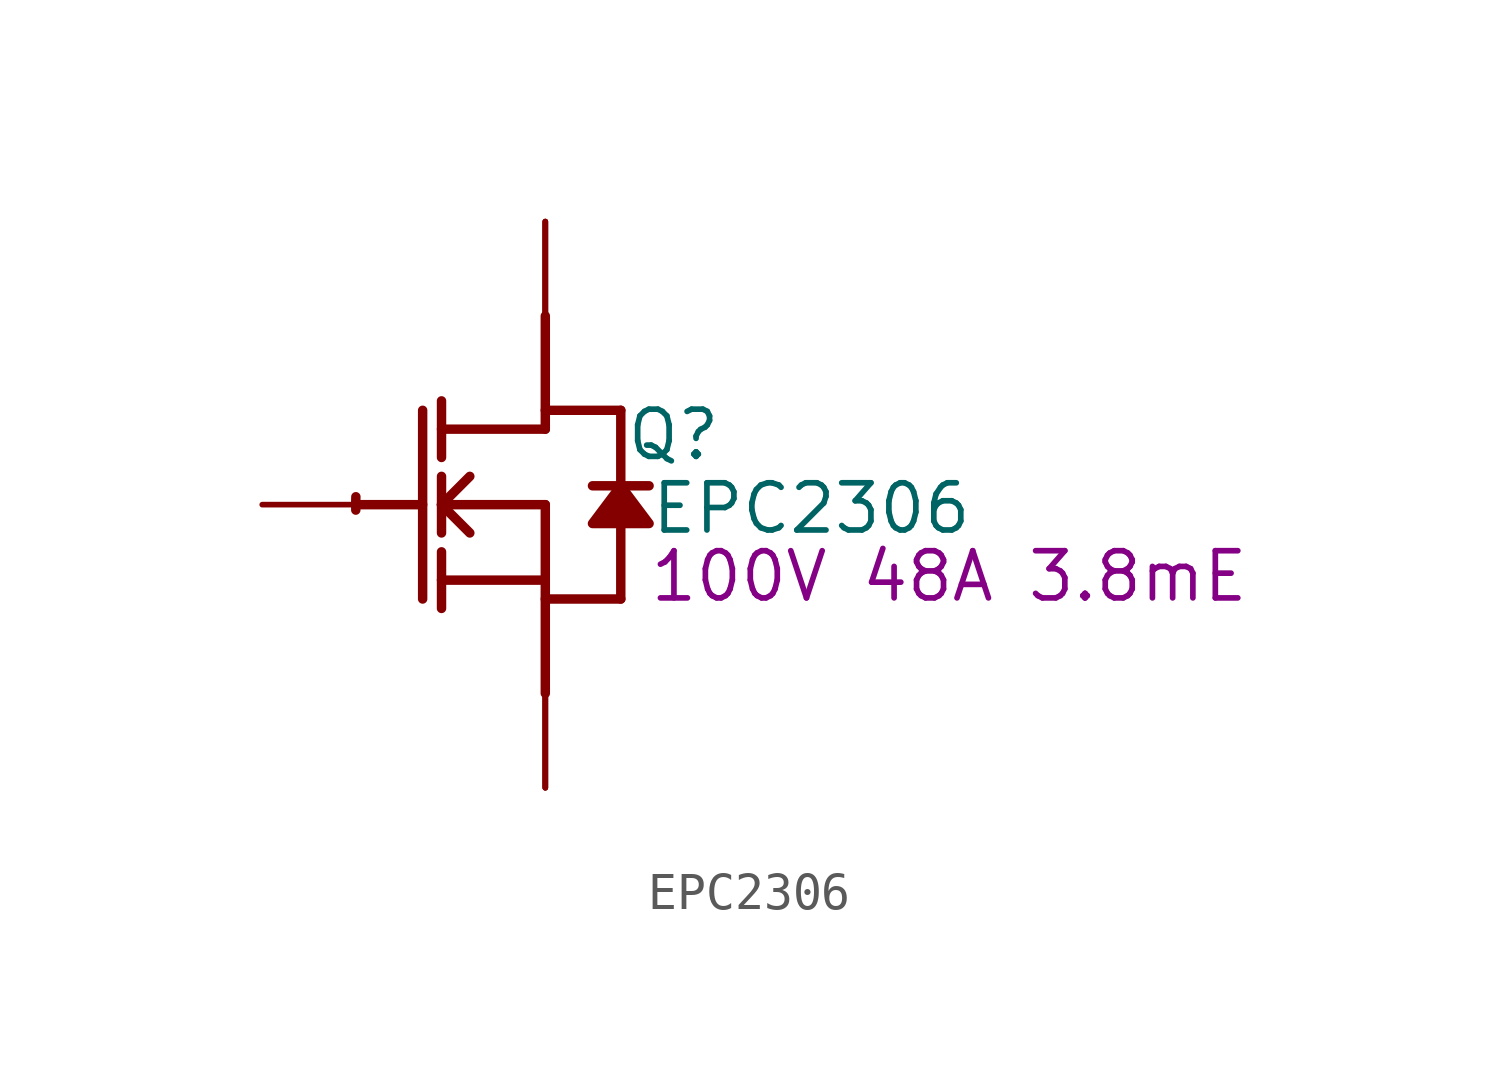
<source format=kicad_sym>
(kicad_symbol_lib
  (version 20241209)
  (generator "kicad_symbol_editor")
  (generator_version "9.0")
  (symbol "EPC2306"
    (property "Reference" "Q"
      (at 3.454 1.88 0)
      (effects (font (size 1.27 1.27))))
    (property "Value" "EPC2306"
      (at 7.163 -0.102 0)
      (effects (font (size 1.27 1.27))))
    (property "Description" "100V 48A 3.8mE"
      (at 10.871 -1.93 0)
      (effects (font (size 1.27 1.27))))
    (symbol "EPC2306_1_0"
      (polyline (pts (xy -5.08 0) (xy -3.302 0)) (stroke (width 0.254) (type solid)) (fill (type none)))
      (polyline (pts (xy -3.302 2.54) (xy -3.302 -2.54)) (stroke (width 0.254) (type solid)) (fill (type none)))
      (polyline (pts (xy -2.794 1.27) (xy -2.794 2.794)) (stroke (width 0.254) (type solid)) (fill (type none)))
      (polyline (pts (xy -2.794 0) (xy -2.032 0.762)) (stroke (width 0.254) (type solid)) (fill (type none)))
      (polyline (pts (xy -2.794 0) (xy 0 0)) (stroke (width 0.254) (type solid)) (fill (type none)))
      (polyline (pts (xy -2.794 -0.762) (xy -2.794 0.762)) (stroke (width 0.254) (type solid)) (fill (type none)))
      (polyline (pts (xy -2.794 -2.032) (xy 0 -2.032)) (stroke (width 0.254) (type solid)) (fill (type none)))
      (polyline (pts (xy -2.794 -2.794) (xy -2.794 -1.27)) (stroke (width 0.254) (type solid)) (fill (type none)))
      (polyline (pts (xy -2.032 -0.762) (xy -2.794 0)) (stroke (width 0.254) (type solid)) (fill (type none)))
      (polyline (pts (xy 0 2.54) (xy 2.032 2.54)) (stroke (width 0.254) (type solid)) (fill (type none)))
      (polyline (pts (xy 0 2.032) (xy -2.794 2.032)) (stroke (width 0.254) (type solid)) (fill (type none)))
      (polyline (pts (xy 0 2.032) (xy 0 5.08)) (stroke (width 0.254) (type solid)) (fill (type none)))
      (polyline (pts (xy 0 0) (xy 0 -5.08)) (stroke (width 0.254) (type solid)) (fill (type none)))
      (polyline (pts (xy 0 -2.54) (xy 2.032 -2.54)) (stroke (width 0.254) (type solid)) (fill (type none)))
      (arc (start -5.1019 -0.1467) (mid -5.1039 0.0331) (end -5.0996 0.2128) (stroke (width 0.254) (type solid)) (fill (type none)))
      (polyline (pts (xy 2.032 2.54) (xy 2.032 0.508)) (stroke (width 0.254) (type solid)) (fill (type none)))
      (polyline (pts (xy 2.032 0.508) (xy 1.27 -0.508) (xy 2.794 -0.508) (xy 2.032 0.508)) (stroke (width 0.254) (type solid)) (fill (type outline)))
      (polyline (pts (xy 2.032 -0.508) (xy 2.032 -2.54)) (stroke (width 0.254) (type solid)) (fill (type none)))
      (polyline (pts (xy 2.794 0.508) (xy 1.27 0.508)) (stroke (width 0.254) (type solid)) (fill (type none)))
      (pin passive line (at -7.62 0 0) (length 2.54) (name "G" (effects (font (size 0 0)))) (number "1" (effects (font (size 0 0)))))
      (pin passive line (at 0 7.62 270) (length 2.54) (name "D" (effects (font (size 0 0)))) (number "3" (effects (font (size 0 0)))))
      (pin passive line (at 0 7.62 270) (length 2.54) (name "D" (effects (font (size 0 0)))) (number "5" (effects (font (size 0 0)))))
      (pin passive line (at 0 7.62 270) (length 2.54) (name "D" (effects (font (size 0 0)))) (number "7" (effects (font (size 0 0)))))
      (pin passive line (at 0 -7.62 90) (length 2.54) (name "S" (effects (font (size 0 0)))) (number "2" (effects (font (size 0 0)))))
      (pin passive line (at 0 -7.62 90) (length 2.54) (name "S" (effects (font (size 0 0)))) (number "4" (effects (font (size 0 0)))))
      (pin passive line (at 0 -7.62 90) (length 2.54) (name "S" (effects (font (size 0 0)))) (number "6" (effects (font (size 0 0))))))))
</source>
